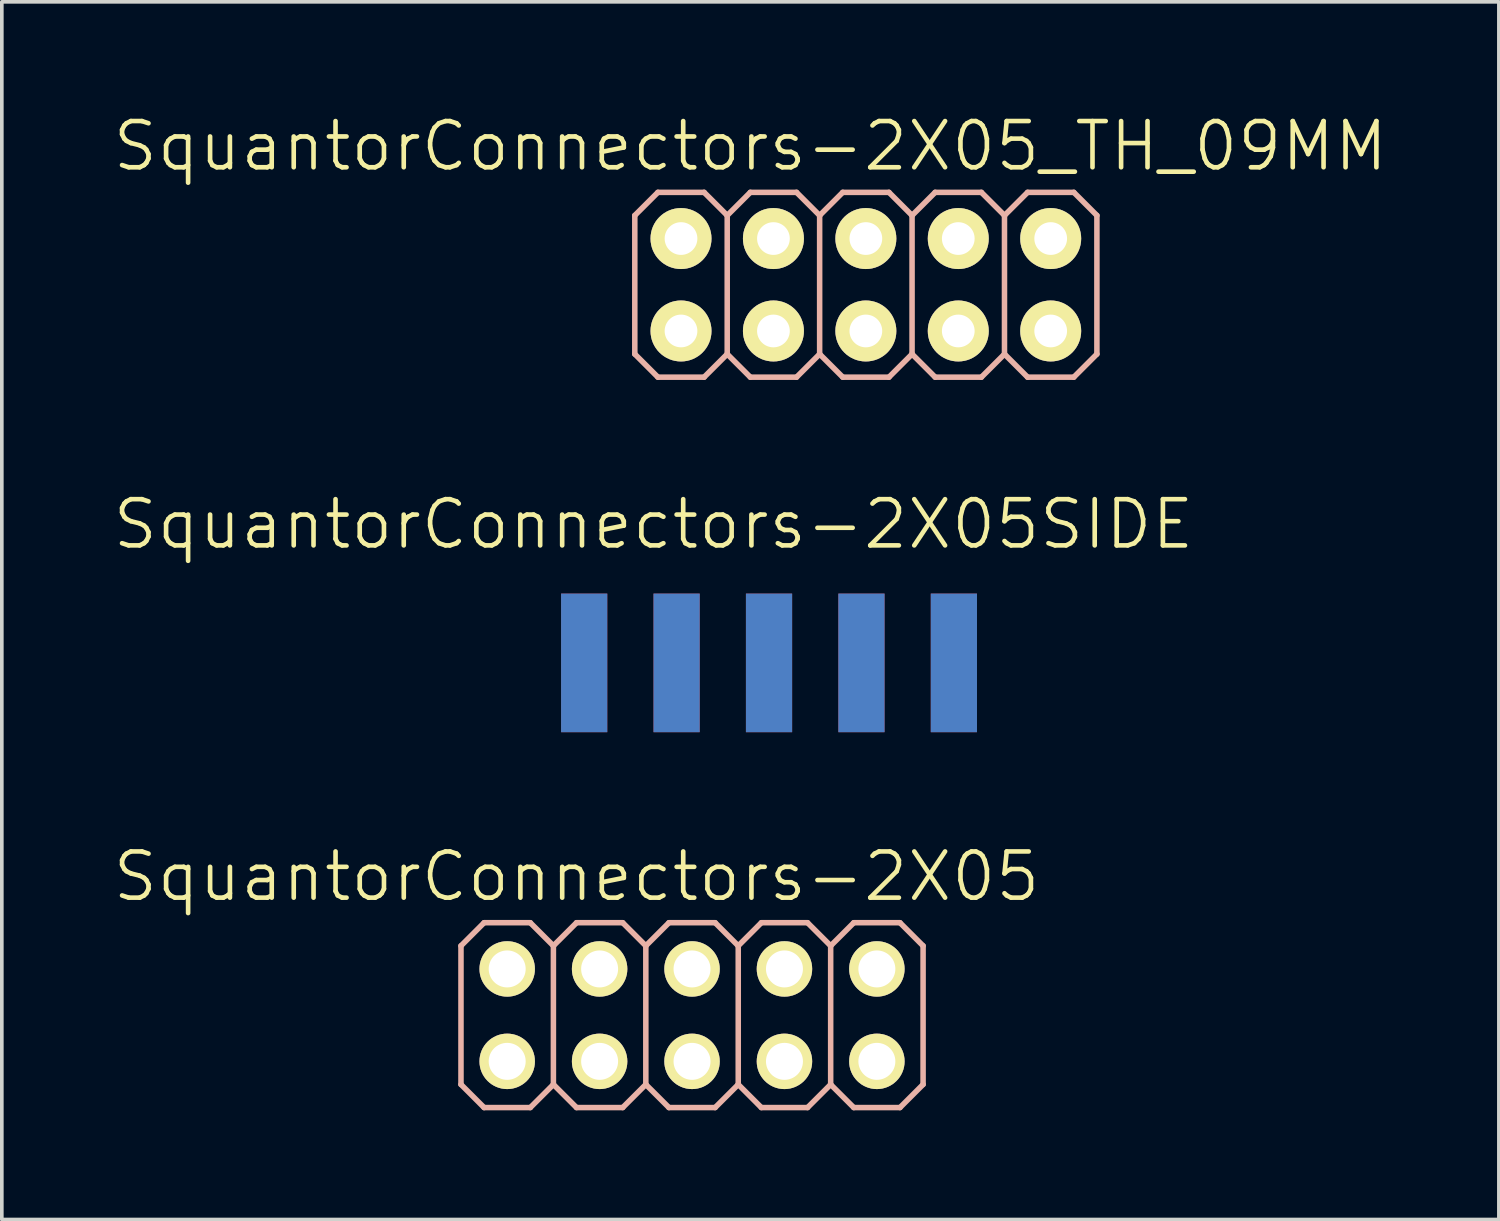
<source format=kicad_pcb>
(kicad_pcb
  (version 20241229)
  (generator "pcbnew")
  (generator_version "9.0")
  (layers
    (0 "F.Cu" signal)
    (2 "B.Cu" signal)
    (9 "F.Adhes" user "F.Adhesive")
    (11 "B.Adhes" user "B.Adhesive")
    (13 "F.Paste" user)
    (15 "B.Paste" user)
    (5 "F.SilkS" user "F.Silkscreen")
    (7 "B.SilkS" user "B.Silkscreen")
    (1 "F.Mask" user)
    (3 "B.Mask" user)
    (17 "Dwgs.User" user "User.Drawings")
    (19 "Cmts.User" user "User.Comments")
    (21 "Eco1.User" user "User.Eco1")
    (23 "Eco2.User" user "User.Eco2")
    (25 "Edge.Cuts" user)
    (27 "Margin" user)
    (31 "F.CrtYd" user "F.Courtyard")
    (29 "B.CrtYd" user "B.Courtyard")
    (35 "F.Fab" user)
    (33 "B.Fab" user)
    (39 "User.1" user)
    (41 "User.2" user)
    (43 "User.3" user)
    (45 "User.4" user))
  (footprint "SquantorConnectors-2X05"
    (layer "F.Cu")
    (at 15.969 24.849)
    (property "Reference" "SquantorConnectors-2X05" (at -3.175 -3.81 0) (layer "F.SilkS") (effects (font (size 1.27 1.27) (thickness 0.127))))
    (attr exclude_from_pos_files exclude_from_bom)
    (fp_line (start -5.334 -1.524) (end -4.826 -1.524) (stroke (width 0.066) (type solid)) (layer "F.SilkS"))
    (fp_line (start -5.334 -1.016) (end -5.334 -1.524) (stroke (width 0.066) (type solid)) (layer "F.SilkS"))
    (fp_line (start -5.334 -1.016) (end -4.826 -1.016) (stroke (width 0.066) (type solid)) (layer "F.SilkS"))
    (fp_line (start -5.334 1.016) (end -4.826 1.016) (stroke (width 0.066) (type solid)) (layer "F.SilkS"))
    (fp_line (start -5.334 1.524) (end -5.334 1.016) (stroke (width 0.066) (type solid)) (layer "F.SilkS"))
    (fp_line (start -5.334 1.524) (end -4.826 1.524) (stroke (width 0.066) (type solid)) (layer "F.SilkS"))
    (fp_line (start -4.826 -1.016) (end -4.826 -1.524) (stroke (width 0.066) (type solid)) (layer "F.SilkS"))
    (fp_line (start -4.826 1.524) (end -4.826 1.016) (stroke (width 0.066) (type solid)) (layer "F.SilkS"))
    (fp_line (start -2.794 -1.524) (end -2.286 -1.524) (stroke (width 0.066) (type solid)) (layer "F.SilkS"))
    (fp_line (start -2.794 -1.016) (end -2.794 -1.524) (stroke (width 0.066) (type solid)) (layer "F.SilkS"))
    (fp_line (start -2.794 -1.016) (end -2.286 -1.016) (stroke (width 0.066) (type solid)) (layer "F.SilkS"))
    (fp_line (start -2.794 1.016) (end -2.286 1.016) (stroke (width 0.066) (type solid)) (layer "F.SilkS"))
    (fp_line (start -2.794 1.524) (end -2.794 1.016) (stroke (width 0.066) (type solid)) (layer "F.SilkS"))
    (fp_line (start -2.794 1.524) (end -2.286 1.524) (stroke (width 0.066) (type solid)) (layer "F.SilkS"))
    (fp_line (start -2.286 -1.016) (end -2.286 -1.524) (stroke (width 0.066) (type solid)) (layer "F.SilkS"))
    (fp_line (start -2.286 1.524) (end -2.286 1.016) (stroke (width 0.066) (type solid)) (layer "F.SilkS"))
    (fp_line (start -0.254 -1.524) (end 0.254 -1.524) (stroke (width 0.066) (type solid)) (layer "F.SilkS"))
    (fp_line (start -0.254 -1.016) (end -0.254 -1.524) (stroke (width 0.066) (type solid)) (layer "F.SilkS"))
    (fp_line (start -0.254 -1.016) (end 0.254 -1.016) (stroke (width 0.066) (type solid)) (layer "F.SilkS"))
    (fp_line (start -0.254 1.016) (end 0.254 1.016) (stroke (width 0.066) (type solid)) (layer "F.SilkS"))
    (fp_line (start -0.254 1.524) (end -0.254 1.016) (stroke (width 0.066) (type solid)) (layer "F.SilkS"))
    (fp_line (start -0.254 1.524) (end 0.254 1.524) (stroke (width 0.066) (type solid)) (layer "F.SilkS"))
    (fp_line (start 0.254 -1.016) (end 0.254 -1.524) (stroke (width 0.066) (type solid)) (layer "F.SilkS"))
    (fp_line (start 0.254 1.524) (end 0.254 1.016) (stroke (width 0.066) (type solid)) (layer "F.SilkS"))
    (fp_line (start 2.286 -1.524) (end 2.794 -1.524) (stroke (width 0.066) (type solid)) (layer "F.SilkS"))
    (fp_line (start 2.286 -1.016) (end 2.286 -1.524) (stroke (width 0.066) (type solid)) (layer "F.SilkS"))
    (fp_line (start 2.286 -1.016) (end 2.794 -1.016) (stroke (width 0.066) (type solid)) (layer "F.SilkS"))
    (fp_line (start 2.286 1.016) (end 2.794 1.016) (stroke (width 0.066) (type solid)) (layer "F.SilkS"))
    (fp_line (start 2.286 1.524) (end 2.286 1.016) (stroke (width 0.066) (type solid)) (layer "F.SilkS"))
    (fp_line (start 2.286 1.524) (end 2.794 1.524) (stroke (width 0.066) (type solid)) (layer "F.SilkS"))
    (fp_line (start 2.794 -1.016) (end 2.794 -1.524) (stroke (width 0.066) (type solid)) (layer "F.SilkS"))
    (fp_line (start 2.794 1.524) (end 2.794 1.016) (stroke (width 0.066) (type solid)) (layer "F.SilkS"))
    (fp_line (start 4.826 -1.524) (end 5.334 -1.524) (stroke (width 0.066) (type solid)) (layer "F.SilkS"))
    (fp_line (start 4.826 -1.016) (end 4.826 -1.524) (stroke (width 0.066) (type solid)) (layer "F.SilkS"))
    (fp_line (start 4.826 -1.016) (end 5.334 -1.016) (stroke (width 0.066) (type solid)) (layer "F.SilkS"))
    (fp_line (start 4.826 1.016) (end 5.334 1.016) (stroke (width 0.066) (type solid)) (layer "F.SilkS"))
    (fp_line (start 4.826 1.524) (end 4.826 1.016) (stroke (width 0.066) (type solid)) (layer "F.SilkS"))
    (fp_line (start 4.826 1.524) (end 5.334 1.524) (stroke (width 0.066) (type solid)) (layer "F.SilkS"))
    (fp_line (start 5.334 -1.016) (end 5.334 -1.524) (stroke (width 0.066) (type solid)) (layer "F.SilkS"))
    (fp_line (start 5.334 1.524) (end 5.334 1.016) (stroke (width 0.066) (type solid)) (layer "F.SilkS"))
    (fp_line (start -6.35 -1.905) (end -5.715 -2.54) (stroke (width 0.152) (type solid)) (layer "B.SilkS"))
    (fp_line (start -6.35 1.905) (end -6.35 -1.905) (stroke (width 0.152) (type solid)) (layer "B.SilkS"))
    (fp_line (start -6.35 1.905) (end -5.715 2.54) (stroke (width 0.152) (type solid)) (layer "B.SilkS"))
    (fp_line (start -5.715 -2.54) (end -4.445 -2.54) (stroke (width 0.152) (type solid)) (layer "B.SilkS"))
    (fp_line (start -5.715 2.54) (end -4.445 2.54) (stroke (width 0.152) (type solid)) (layer "B.SilkS"))
    (fp_line (start -4.445 -2.54) (end -3.81 -1.905) (stroke (width 0.152) (type solid)) (layer "B.SilkS"))
    (fp_line (start -4.445 2.54) (end -3.81 1.905) (stroke (width 0.152) (type solid)) (layer "B.SilkS"))
    (fp_line (start -3.81 -1.905) (end -3.81 1.905) (stroke (width 0.152) (type solid)) (layer "B.SilkS"))
    (fp_line (start -3.81 -1.905) (end -3.175 -2.54) (stroke (width 0.152) (type solid)) (layer "B.SilkS"))
    (fp_line (start -3.81 1.905) (end -3.175 2.54) (stroke (width 0.152) (type solid)) (layer "B.SilkS"))
    (fp_line (start -3.175 -2.54) (end -1.905 -2.54) (stroke (width 0.152) (type solid)) (layer "B.SilkS"))
    (fp_line (start -3.175 2.54) (end -1.905 2.54) (stroke (width 0.152) (type solid)) (layer "B.SilkS"))
    (fp_line (start -1.905 -2.54) (end -1.27 -1.905) (stroke (width 0.152) (type solid)) (layer "B.SilkS"))
    (fp_line (start -1.905 2.54) (end -1.27 1.905) (stroke (width 0.152) (type solid)) (layer "B.SilkS"))
    (fp_line (start -1.27 -1.905) (end -1.27 1.905) (stroke (width 0.152) (type solid)) (layer "B.SilkS"))
    (fp_line (start -1.27 -1.905) (end -0.635 -2.54) (stroke (width 0.152) (type solid)) (layer "B.SilkS"))
    (fp_line (start -1.27 1.905) (end -0.635 2.54) (stroke (width 0.152) (type solid)) (layer "B.SilkS"))
    (fp_line (start -0.635 -2.54) (end 0.635 -2.54) (stroke (width 0.152) (type solid)) (layer "B.SilkS"))
    (fp_line (start -0.635 2.54) (end 0.635 2.54) (stroke (width 0.152) (type solid)) (layer "B.SilkS"))
    (fp_line (start 0.635 -2.54) (end 1.27 -1.905) (stroke (width 0.152) (type solid)) (layer "B.SilkS"))
    (fp_line (start 0.635 2.54) (end 1.27 1.905) (stroke (width 0.152) (type solid)) (layer "B.SilkS"))
    (fp_line (start 1.27 -1.905) (end 1.27 1.905) (stroke (width 0.152) (type solid)) (layer "B.SilkS"))
    (fp_line (start 1.27 -1.905) (end 1.905 -2.54) (stroke (width 0.152) (type solid)) (layer "B.SilkS"))
    (fp_line (start 1.27 1.905) (end 1.905 2.54) (stroke (width 0.152) (type solid)) (layer "B.SilkS"))
    (fp_line (start 1.905 -2.54) (end 3.175 -2.54) (stroke (width 0.152) (type solid)) (layer "B.SilkS"))
    (fp_line (start 1.905 2.54) (end 3.175 2.54) (stroke (width 0.152) (type solid)) (layer "B.SilkS"))
    (fp_line (start 3.175 -2.54) (end 3.81 -1.905) (stroke (width 0.152) (type solid)) (layer "B.SilkS"))
    (fp_line (start 3.175 2.54) (end 3.81 1.905) (stroke (width 0.152) (type solid)) (layer "B.SilkS"))
    (fp_line (start 3.81 -1.905) (end 3.81 1.905) (stroke (width 0.152) (type solid)) (layer "B.SilkS"))
    (fp_line (start 3.81 -1.905) (end 4.445 -2.54) (stroke (width 0.152) (type solid)) (layer "B.SilkS"))
    (fp_line (start 3.81 1.905) (end 4.445 2.54) (stroke (width 0.152) (type solid)) (layer "B.SilkS"))
    (fp_line (start 4.445 -2.54) (end 5.715 -2.54) (stroke (width 0.152) (type solid)) (layer "B.SilkS"))
    (fp_line (start 4.445 2.54) (end 5.715 2.54) (stroke (width 0.152) (type solid)) (layer "B.SilkS"))
    (fp_line (start 5.715 -2.54) (end 6.35 -1.905) (stroke (width 0.152) (type solid)) (layer "B.SilkS"))
    (fp_line (start 5.715 2.54) (end 6.35 1.905) (stroke (width 0.152) (type solid)) (layer "B.SilkS"))
    (fp_line (start 6.35 -1.905) (end 6.35 1.905) (stroke (width 0.152) (type solid)) (layer "B.SilkS"))
    (pad "1" thru_hole circle (at -5.08 1.27) (size 1.524 1.524) (drill 1.016) (layers "*.Cu" "F.Mask" "F.SilkS" "F.Paste"))
    (pad "2" thru_hole circle (at -5.08 -1.27) (size 1.524 1.524) (drill 1.016) (layers "*.Cu" "F.Mask" "F.SilkS" "F.Paste"))
    (pad "3" thru_hole circle (at -2.54 1.27) (size 1.524 1.524) (drill 1.016) (layers "*.Cu" "F.Mask" "F.SilkS" "F.Paste"))
    (pad "4" thru_hole circle (at -2.54 -1.27) (size 1.524 1.524) (drill 1.016) (layers "*.Cu" "F.Mask" "F.SilkS" "F.Paste"))
    (pad "5" thru_hole circle (at 0 1.27) (size 1.524 1.524) (drill 1.016) (layers "*.Cu" "F.Mask" "F.SilkS" "F.Paste"))
    (pad "6" thru_hole circle (at 0 -1.27) (size 1.524 1.524) (drill 1.016) (layers "*.Cu" "F.Mask" "F.SilkS" "F.Paste"))
    (pad "7" thru_hole circle (at 2.54 1.27) (size 1.524 1.524) (drill 1.016) (layers "*.Cu" "F.Mask" "F.SilkS" "F.Paste"))
    (pad "8" thru_hole circle (at 2.54 -1.27) (size 1.524 1.524) (drill 1.016) (layers "*.Cu" "F.Mask" "F.SilkS" "F.Paste"))
    (pad "9" thru_hole circle (at 5.08 1.27) (size 1.524 1.524) (drill 1.016) (layers "*.Cu" "F.Mask" "F.SilkS" "F.Paste"))
    (pad "10" thru_hole circle (at 5.08 -1.27) (size 1.524 1.524) (drill 1.016) (layers "*.Cu" "F.Mask" "F.SilkS" "F.Paste")))
  (footprint "SquantorConnectors-2X05_TH_09MM"
    (layer "F.Cu")
    (at 20.746 4.776)
    (property "Reference" "SquantorConnectors-2X05_TH_09MM" (at -3.175 -3.81 0) (layer "F.SilkS") (effects (font (size 1.27 1.27) (thickness 0.127))))
    (attr exclude_from_pos_files exclude_from_bom)
    (fp_line (start -5.334 -1.524) (end -4.826 -1.524) (stroke (width 0.066) (type solid)) (layer "F.SilkS"))
    (fp_line (start -5.334 -1.016) (end -5.334 -1.524) (stroke (width 0.066) (type solid)) (layer "F.SilkS"))
    (fp_line (start -5.334 -1.016) (end -4.826 -1.016) (stroke (width 0.066) (type solid)) (layer "F.SilkS"))
    (fp_line (start -5.334 1.016) (end -4.826 1.016) (stroke (width 0.066) (type solid)) (layer "F.SilkS"))
    (fp_line (start -5.334 1.524) (end -5.334 1.016) (stroke (width 0.066) (type solid)) (layer "F.SilkS"))
    (fp_line (start -5.334 1.524) (end -4.826 1.524) (stroke (width 0.066) (type solid)) (layer "F.SilkS"))
    (fp_line (start -4.826 -1.016) (end -4.826 -1.524) (stroke (width 0.066) (type solid)) (layer "F.SilkS"))
    (fp_line (start -4.826 1.524) (end -4.826 1.016) (stroke (width 0.066) (type solid)) (layer "F.SilkS"))
    (fp_line (start -2.794 -1.524) (end -2.286 -1.524) (stroke (width 0.066) (type solid)) (layer "F.SilkS"))
    (fp_line (start -2.794 -1.016) (end -2.794 -1.524) (stroke (width 0.066) (type solid)) (layer "F.SilkS"))
    (fp_line (start -2.794 -1.016) (end -2.286 -1.016) (stroke (width 0.066) (type solid)) (layer "F.SilkS"))
    (fp_line (start -2.794 1.016) (end -2.286 1.016) (stroke (width 0.066) (type solid)) (layer "F.SilkS"))
    (fp_line (start -2.794 1.524) (end -2.794 1.016) (stroke (width 0.066) (type solid)) (layer "F.SilkS"))
    (fp_line (start -2.794 1.524) (end -2.286 1.524) (stroke (width 0.066) (type solid)) (layer "F.SilkS"))
    (fp_line (start -2.286 -1.016) (end -2.286 -1.524) (stroke (width 0.066) (type solid)) (layer "F.SilkS"))
    (fp_line (start -2.286 1.524) (end -2.286 1.016) (stroke (width 0.066) (type solid)) (layer "F.SilkS"))
    (fp_line (start -0.254 -1.524) (end 0.254 -1.524) (stroke (width 0.066) (type solid)) (layer "F.SilkS"))
    (fp_line (start -0.254 -1.016) (end -0.254 -1.524) (stroke (width 0.066) (type solid)) (layer "F.SilkS"))
    (fp_line (start -0.254 -1.016) (end 0.254 -1.016) (stroke (width 0.066) (type solid)) (layer "F.SilkS"))
    (fp_line (start -0.254 1.016) (end 0.254 1.016) (stroke (width 0.066) (type solid)) (layer "F.SilkS"))
    (fp_line (start -0.254 1.524) (end -0.254 1.016) (stroke (width 0.066) (type solid)) (layer "F.SilkS"))
    (fp_line (start -0.254 1.524) (end 0.254 1.524) (stroke (width 0.066) (type solid)) (layer "F.SilkS"))
    (fp_line (start 0.254 -1.016) (end 0.254 -1.524) (stroke (width 0.066) (type solid)) (layer "F.SilkS"))
    (fp_line (start 0.254 1.524) (end 0.254 1.016) (stroke (width 0.066) (type solid)) (layer "F.SilkS"))
    (fp_line (start 2.286 -1.524) (end 2.794 -1.524) (stroke (width 0.066) (type solid)) (layer "F.SilkS"))
    (fp_line (start 2.286 -1.016) (end 2.286 -1.524) (stroke (width 0.066) (type solid)) (layer "F.SilkS"))
    (fp_line (start 2.286 -1.016) (end 2.794 -1.016) (stroke (width 0.066) (type solid)) (layer "F.SilkS"))
    (fp_line (start 2.286 1.016) (end 2.794 1.016) (stroke (width 0.066) (type solid)) (layer "F.SilkS"))
    (fp_line (start 2.286 1.524) (end 2.286 1.016) (stroke (width 0.066) (type solid)) (layer "F.SilkS"))
    (fp_line (start 2.286 1.524) (end 2.794 1.524) (stroke (width 0.066) (type solid)) (layer "F.SilkS"))
    (fp_line (start 2.794 -1.016) (end 2.794 -1.524) (stroke (width 0.066) (type solid)) (layer "F.SilkS"))
    (fp_line (start 2.794 1.524) (end 2.794 1.016) (stroke (width 0.066) (type solid)) (layer "F.SilkS"))
    (fp_line (start 4.826 -1.524) (end 5.334 -1.524) (stroke (width 0.066) (type solid)) (layer "F.SilkS"))
    (fp_line (start 4.826 -1.016) (end 4.826 -1.524) (stroke (width 0.066) (type solid)) (layer "F.SilkS"))
    (fp_line (start 4.826 -1.016) (end 5.334 -1.016) (stroke (width 0.066) (type solid)) (layer "F.SilkS"))
    (fp_line (start 4.826 1.016) (end 5.334 1.016) (stroke (width 0.066) (type solid)) (layer "F.SilkS"))
    (fp_line (start 4.826 1.524) (end 4.826 1.016) (stroke (width 0.066) (type solid)) (layer "F.SilkS"))
    (fp_line (start 4.826 1.524) (end 5.334 1.524) (stroke (width 0.066) (type solid)) (layer "F.SilkS"))
    (fp_line (start 5.334 -1.016) (end 5.334 -1.524) (stroke (width 0.066) (type solid)) (layer "F.SilkS"))
    (fp_line (start 5.334 1.524) (end 5.334 1.016) (stroke (width 0.066) (type solid)) (layer "F.SilkS"))
    (fp_line (start -6.35 -1.905) (end -5.715 -2.54) (stroke (width 0.152) (type solid)) (layer "B.SilkS"))
    (fp_line (start -6.35 1.905) (end -6.35 -1.905) (stroke (width 0.152) (type solid)) (layer "B.SilkS"))
    (fp_line (start -6.35 1.905) (end -5.715 2.54) (stroke (width 0.152) (type solid)) (layer "B.SilkS"))
    (fp_line (start -5.715 -2.54) (end -4.445 -2.54) (stroke (width 0.152) (type solid)) (layer "B.SilkS"))
    (fp_line (start -5.715 2.54) (end -4.445 2.54) (stroke (width 0.152) (type solid)) (layer "B.SilkS"))
    (fp_line (start -4.445 -2.54) (end -3.81 -1.905) (stroke (width 0.152) (type solid)) (layer "B.SilkS"))
    (fp_line (start -4.445 2.54) (end -3.81 1.905) (stroke (width 0.152) (type solid)) (layer "B.SilkS"))
    (fp_line (start -3.81 -1.905) (end -3.81 1.905) (stroke (width 0.152) (type solid)) (layer "B.SilkS"))
    (fp_line (start -3.81 -1.905) (end -3.175 -2.54) (stroke (width 0.152) (type solid)) (layer "B.SilkS"))
    (fp_line (start -3.81 1.905) (end -3.175 2.54) (stroke (width 0.152) (type solid)) (layer "B.SilkS"))
    (fp_line (start -3.175 -2.54) (end -1.905 -2.54) (stroke (width 0.152) (type solid)) (layer "B.SilkS"))
    (fp_line (start -3.175 2.54) (end -1.905 2.54) (stroke (width 0.152) (type solid)) (layer "B.SilkS"))
    (fp_line (start -1.905 -2.54) (end -1.27 -1.905) (stroke (width 0.152) (type solid)) (layer "B.SilkS"))
    (fp_line (start -1.905 2.54) (end -1.27 1.905) (stroke (width 0.152) (type solid)) (layer "B.SilkS"))
    (fp_line (start -1.27 -1.905) (end -1.27 1.905) (stroke (width 0.152) (type solid)) (layer "B.SilkS"))
    (fp_line (start -1.27 -1.905) (end -0.635 -2.54) (stroke (width 0.152) (type solid)) (layer "B.SilkS"))
    (fp_line (start -1.27 1.905) (end -0.635 2.54) (stroke (width 0.152) (type solid)) (layer "B.SilkS"))
    (fp_line (start -0.635 -2.54) (end 0.635 -2.54) (stroke (width 0.152) (type solid)) (layer "B.SilkS"))
    (fp_line (start -0.635 2.54) (end 0.635 2.54) (stroke (width 0.152) (type solid)) (layer "B.SilkS"))
    (fp_line (start 0.635 -2.54) (end 1.27 -1.905) (stroke (width 0.152) (type solid)) (layer "B.SilkS"))
    (fp_line (start 0.635 2.54) (end 1.27 1.905) (stroke (width 0.152) (type solid)) (layer "B.SilkS"))
    (fp_line (start 1.27 -1.905) (end 1.27 1.905) (stroke (width 0.152) (type solid)) (layer "B.SilkS"))
    (fp_line (start 1.27 -1.905) (end 1.905 -2.54) (stroke (width 0.152) (type solid)) (layer "B.SilkS"))
    (fp_line (start 1.27 1.905) (end 1.905 2.54) (stroke (width 0.152) (type solid)) (layer "B.SilkS"))
    (fp_line (start 1.905 -2.54) (end 3.175 -2.54) (stroke (width 0.152) (type solid)) (layer "B.SilkS"))
    (fp_line (start 1.905 2.54) (end 3.175 2.54) (stroke (width 0.152) (type solid)) (layer "B.SilkS"))
    (fp_line (start 3.175 -2.54) (end 3.81 -1.905) (stroke (width 0.152) (type solid)) (layer "B.SilkS"))
    (fp_line (start 3.175 2.54) (end 3.81 1.905) (stroke (width 0.152) (type solid)) (layer "B.SilkS"))
    (fp_line (start 3.81 -1.905) (end 3.81 1.905) (stroke (width 0.152) (type solid)) (layer "B.SilkS"))
    (fp_line (start 3.81 -1.905) (end 4.445 -2.54) (stroke (width 0.152) (type solid)) (layer "B.SilkS"))
    (fp_line (start 3.81 1.905) (end 4.445 2.54) (stroke (width 0.152) (type solid)) (layer "B.SilkS"))
    (fp_line (start 4.445 -2.54) (end 5.715 -2.54) (stroke (width 0.152) (type solid)) (layer "B.SilkS"))
    (fp_line (start 4.445 2.54) (end 5.715 2.54) (stroke (width 0.152) (type solid)) (layer "B.SilkS"))
    (fp_line (start 5.715 -2.54) (end 6.35 -1.905) (stroke (width 0.152) (type solid)) (layer "B.SilkS"))
    (fp_line (start 5.715 2.54) (end 6.35 1.905) (stroke (width 0.152) (type solid)) (layer "B.SilkS"))
    (fp_line (start 6.35 -1.905) (end 6.35 1.905) (stroke (width 0.152) (type solid)) (layer "B.SilkS"))
    (pad "1" thru_hole circle (at -5.08 1.27) (size 1.676 1.676) (drill 0.899) (layers "*.Cu" "F.Mask" "F.SilkS" "F.Paste"))
    (pad "2" thru_hole circle (at -5.08 -1.27) (size 1.676 1.676) (drill 0.899) (layers "*.Cu" "F.Mask" "F.SilkS" "F.Paste"))
    (pad "3" thru_hole circle (at -2.54 1.27) (size 1.676 1.676) (drill 0.899) (layers "*.Cu" "F.Mask" "F.SilkS" "F.Paste"))
    (pad "4" thru_hole circle (at -2.54 -1.27) (size 1.676 1.676) (drill 0.899) (layers "*.Cu" "F.Mask" "F.SilkS" "F.Paste"))
    (pad "5" thru_hole circle (at 0 1.27) (size 1.676 1.676) (drill 0.899) (layers "*.Cu" "F.Mask" "F.SilkS" "F.Paste"))
    (pad "6" thru_hole circle (at 0 -1.27) (size 1.676 1.676) (drill 0.899) (layers "*.Cu" "F.Mask" "F.SilkS" "F.Paste"))
    (pad "7" thru_hole circle (at 2.54 1.27) (size 1.676 1.676) (drill 0.899) (layers "*.Cu" "F.Mask" "F.SilkS" "F.Paste"))
    (pad "8" thru_hole circle (at 2.54 -1.27) (size 1.676 1.676) (drill 0.899) (layers "*.Cu" "F.Mask" "F.SilkS" "F.Paste"))
    (pad "9" thru_hole circle (at 5.08 1.27) (size 1.676 1.676) (drill 0.899) (layers "*.Cu" "F.Mask" "F.SilkS" "F.Paste"))
    (pad "10" thru_hole circle (at 5.08 -1.27) (size 1.676 1.676) (drill 0.899) (layers "*.Cu" "F.Mask" "F.SilkS" "F.Paste")))
  (footprint "SquantorConnectors-2X05SIDE"
    (layer "F.Cu")
    (at 18.085 15.168)
    (property "Reference" "SquantorConnectors-2X05SIDE" (at -3.175 -3.81 0) (layer "F.SilkS") (effects (font (size 1.27 1.27) (thickness 0.127))))
    (attr smd)
    (pad "1" smd rect (at -5.08 0 90) (size 3.81 1.27) (layers "F.Cu" "F.Mask" "F.Paste"))
    (pad "2" smd rect (at -5.08 0 90) (size 3.81 1.27) (layers "B.Cu" "B.Mask"))
    (pad "3" smd rect (at -2.54 0 90) (size 3.81 1.27) (layers "F.Cu" "F.Mask" "F.Paste"))
    (pad "4" smd rect (at -2.54 0 90) (size 3.81 1.27) (layers "B.Cu" "B.Mask"))
    (pad "5" smd rect (at 0 0 90) (size 3.81 1.27) (layers "F.Cu" "F.Mask" "F.Paste"))
    (pad "6" smd rect (at 0 0 90) (size 3.81 1.27) (layers "B.Cu" "B.Mask"))
    (pad "7" smd rect (at 2.54 0 90) (size 3.81 1.27) (layers "F.Cu" "F.Mask" "F.Paste"))
    (pad "8" smd rect (at 2.54 0 90) (size 3.81 1.27) (layers "B.Cu" "B.Mask"))
    (pad "9" smd rect (at 5.08 0 90) (size 3.81 1.27) (layers "F.Cu" "F.Mask" "F.Paste"))
    (pad "10" smd rect (at 5.08 0 90) (size 3.81 1.27) (layers "B.Cu" "B.Mask")))
  (gr_rect
    (start -3 -3)
    (end 38.143 30.465)
    (stroke (width 0.1) (type default))
    (fill no)
    (layer "Edge.Cuts")))
</source>
